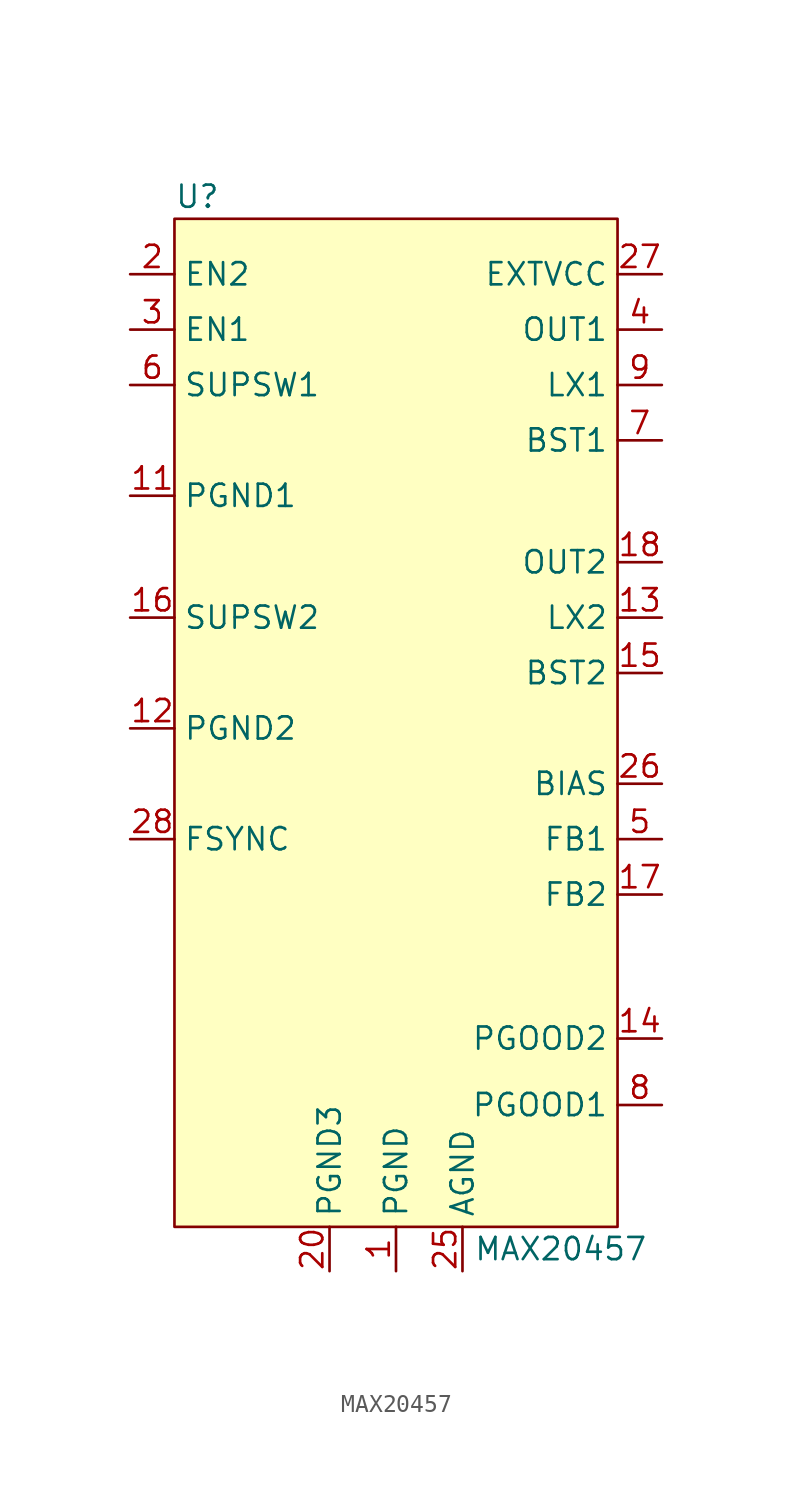
<source format=kicad_sym>
(kicad_symbol_lib
  (version 20211014)
  (generator kicad_symbol_editor)
  (symbol "MAX20457"
    (property "Reference" "U"
      (at -12.7 27.305 0)
      (effects (font (size 1.27 1.27)) (justify left)))
    (property "Value" "MAX20457"
      (at 4.445 -33.02 0)
      (effects (font (size 1.27 1.27)) (justify left)))
    (symbol "MAX20457_0_1"
      (rectangle (start -12.7 26.035) (end 12.7 -31.75) (stroke (width 0) (type default) (color 0 0 0 0)) (fill (type background))))
    (symbol "MAX20457_1_1"
      (pin power_in line (at 0 -34.29 90) (length 2.54) (name "PGND" (effects (font (size 1.27 1.27)))) (number "1" (effects (font (size 1.27 1.27)))))
      (pin passive line (at 15.24 16.51 180) (length 2.54) hide (name "LX1" (effects (font (size 1.27 1.27)))) (number "10" (effects (font (size 1.27 1.27)))))
      (pin power_in line (at -15.24 10.16 0) (length 2.54) (name "PGND1" (effects (font (size 1.27 1.27)))) (number "11" (effects (font (size 1.27 1.27)))))
      (pin power_out line (at -15.24 -3.175 0) (length 2.54) (name "PGND2" (effects (font (size 1.27 1.27)))) (number "12" (effects (font (size 1.27 1.27)))))
      (pin output line (at 15.24 3.175 180) (length 2.54) (name "LX2" (effects (font (size 1.27 1.27)))) (number "13" (effects (font (size 1.27 1.27)))))
      (pin open_collector line (at 15.24 -20.955 180) (length 2.54) (name "PGOOD2" (effects (font (size 1.27 1.27)))) (number "14" (effects (font (size 1.27 1.27)))))
      (pin output line (at 15.24 0 180) (length 2.54) (name "BST2" (effects (font (size 1.27 1.27)))) (number "15" (effects (font (size 1.27 1.27)))))
      (pin power_out line (at -15.24 3.175 0) (length 2.54) (name "SUPSW2" (effects (font (size 1.27 1.27)))) (number "16" (effects (font (size 1.27 1.27)))))
      (pin input line (at 15.24 -12.7 180) (length 2.54) (name "FB2" (effects (font (size 1.27 1.27)))) (number "17" (effects (font (size 1.27 1.27)))))
      (pin input line (at 15.24 6.35 180) (length 2.54) (name "OUT2" (effects (font (size 1.27 1.27)))) (number "18" (effects (font (size 1.27 1.27)))))
      (pin power_in line (at 0 -34.29 90) (length 2.54) hide (name "PGND" (effects (font (size 1.27 1.27)))) (number "19" (effects (font (size 1.27 1.27)))))
      (pin input line (at -15.24 22.86 0) (length 2.54) (name "EN2" (effects (font (size 1.27 1.27)))) (number "2" (effects (font (size 1.27 1.27)))))
      (pin power_in line (at -3.81 -34.29 90) (length 2.54) (name "PGND3" (effects (font (size 1.27 1.27)))) (number "20" (effects (font (size 1.27 1.27)))))
      (pin no_connect line (at -15.24 -19.05 0) (length 2.54) hide (name "NC" (effects (font (size 1.27 1.27)))) (number "21" (effects (font (size 1.27 1.27)))))
      (pin no_connect line (at -15.24 -14.605 0) (length 2.54) hide (name "NC" (effects (font (size 1.27 1.27)))) (number "22" (effects (font (size 1.27 1.27)))))
      (pin power_in line (at 0 -34.29 90) (length 2.54) hide (name "PGND" (effects (font (size 1.27 1.27)))) (number "23" (effects (font (size 1.27 1.27)))))
      (pin power_in line (at 0 -34.29 90) (length 2.54) hide (name "PGND" (effects (font (size 1.27 1.27)))) (number "24" (effects (font (size 1.27 1.27)))))
      (pin power_in line (at 3.81 -34.29 90) (length 2.54) (name "AGND" (effects (font (size 1.27 1.27)))) (number "25" (effects (font (size 1.27 1.27)))))
      (pin power_out line (at 15.24 -6.35 180) (length 2.54) (name "BIAS" (effects (font (size 1.27 1.27)))) (number "26" (effects (font (size 1.27 1.27)))))
      (pin power_out line (at 15.24 22.86 180) (length 2.54) (name "EXTVCC" (effects (font (size 1.27 1.27)))) (number "27" (effects (font (size 1.27 1.27)))))
      (pin input line (at -15.24 -9.525 0) (length 2.54) (name "FSYNC" (effects (font (size 1.27 1.27)))) (number "28" (effects (font (size 1.27 1.27)))))
      (pin input line (at -15.24 19.685 0) (length 2.54) (name "EN1" (effects (font (size 1.27 1.27)))) (number "3" (effects (font (size 1.27 1.27)))))
      (pin input line (at 15.24 19.685 180) (length 2.54) (name "OUT1" (effects (font (size 1.27 1.27)))) (number "4" (effects (font (size 1.27 1.27)))))
      (pin input line (at 15.24 -9.525 180) (length 2.54) (name "FB1" (effects (font (size 1.27 1.27)))) (number "5" (effects (font (size 1.27 1.27)))))
      (pin power_in line (at -15.24 16.51 0) (length 2.54) (name "SUPSW1" (effects (font (size 1.27 1.27)))) (number "6" (effects (font (size 1.27 1.27)))))
      (pin output line (at 15.24 13.335 180) (length 2.54) (name "BST1" (effects (font (size 1.27 1.27)))) (number "7" (effects (font (size 1.27 1.27)))))
      (pin open_collector line (at 15.24 -24.765 180) (length 2.54) (name "PGOOD1" (effects (font (size 1.27 1.27)))) (number "8" (effects (font (size 1.27 1.27)))))
      (pin passive line (at 15.24 16.51 180) (length 2.54) (name "LX1" (effects (font (size 1.27 1.27)))) (number "9" (effects (font (size 1.27 1.27))))))))
</source>
